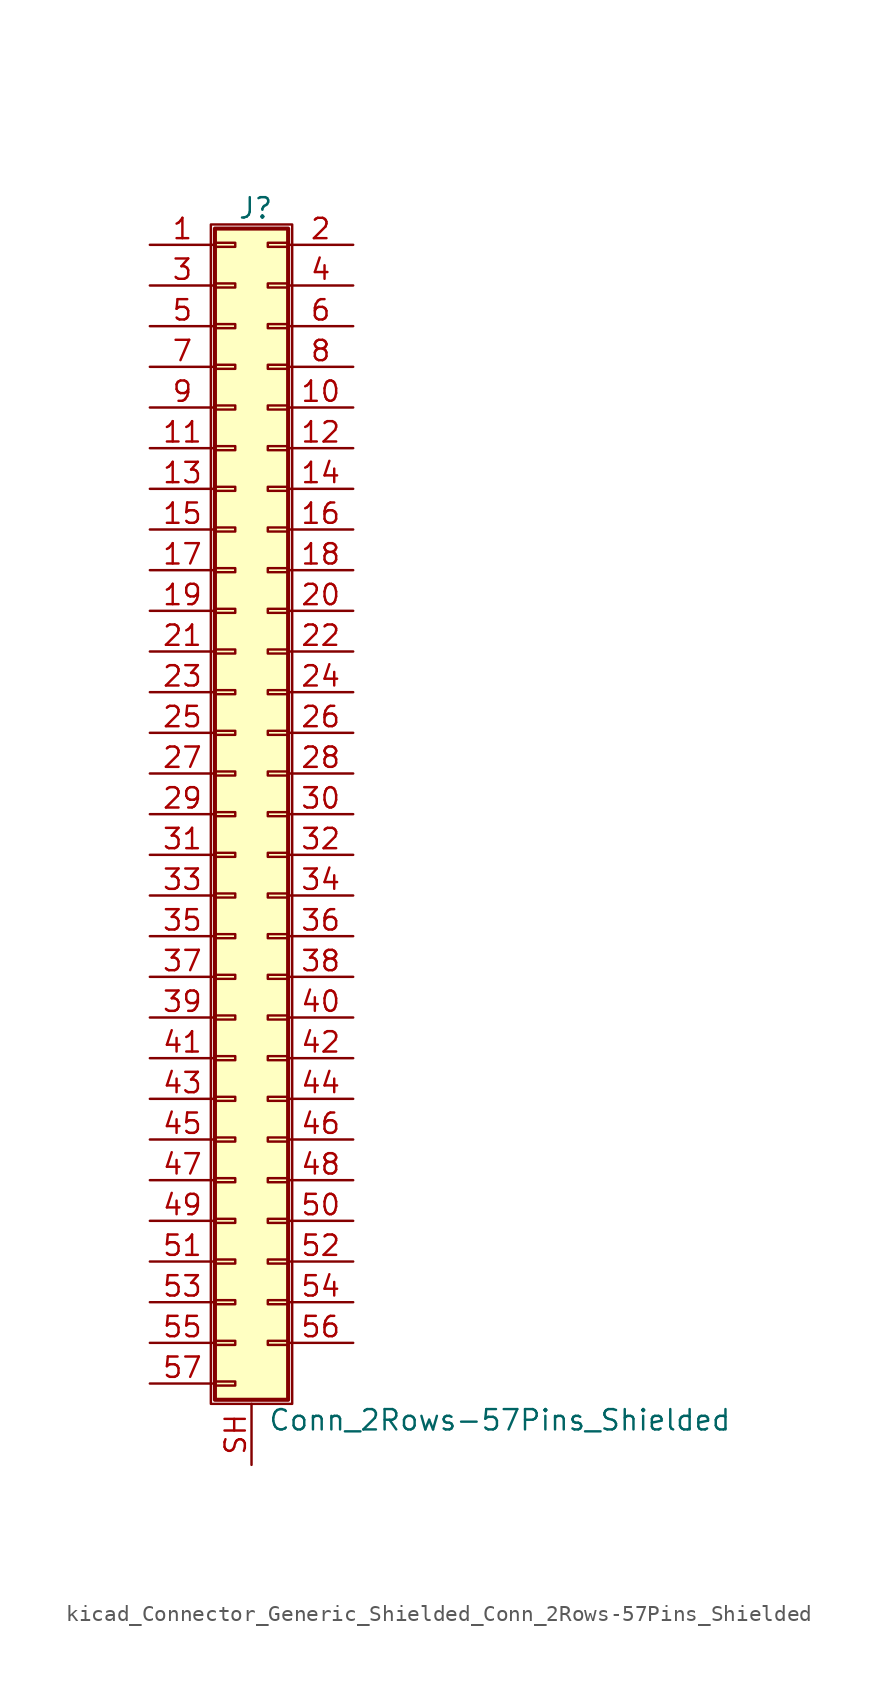
<source format=kicad_sym>
(kicad_symbol_lib
  (version 20220914)
  (generator kicad_symbol_editor)
  (symbol "kicad_Connector_Generic_Shielded_Conn_2Rows-57Pins_Shielded"
    (pin_names
      (offset 1.016) hide)
    (property "Reference" "J"
      (at 1.524 37.846 0)
      (effects (font (size 1.27 1.27))))
    (property "Value" "Conn_2Rows-57Pins_Shielded"
      (at 2.286 -37.846 0)
      (effects (font (size 1.27 1.27)) (justify left)))
    (symbol "kicad_Connector_Generic_Shielded_Conn_2Rows-57Pins_Shielded_1_1"
      (rectangle (start -1.27 36.83) (end 3.81 -36.83) (stroke (width 0.152) (type default)) (fill (type none)))
      (rectangle (start -1.016 -35.433) (end 0.254 -35.687) (stroke (width 0.152) (type default)) (fill (type none)))
      (rectangle (start -1.016 -32.893) (end 0.254 -33.147) (stroke (width 0.152) (type default)) (fill (type none)))
      (rectangle (start -1.016 -30.353) (end 0.254 -30.607) (stroke (width 0.152) (type default)) (fill (type none)))
      (rectangle (start -1.016 -27.813) (end 0.254 -28.067) (stroke (width 0.152) (type default)) (fill (type none)))
      (rectangle (start -1.016 -25.273) (end 0.254 -25.527) (stroke (width 0.152) (type default)) (fill (type none)))
      (rectangle (start -1.016 -22.733) (end 0.254 -22.987) (stroke (width 0.152) (type default)) (fill (type none)))
      (rectangle (start -1.016 -20.193) (end 0.254 -20.447) (stroke (width 0.152) (type default)) (fill (type none)))
      (rectangle (start -1.016 -17.653) (end 0.254 -17.907) (stroke (width 0.152) (type default)) (fill (type none)))
      (rectangle (start -1.016 -15.113) (end 0.254 -15.367) (stroke (width 0.152) (type default)) (fill (type none)))
      (rectangle (start -1.016 -12.573) (end 0.254 -12.827) (stroke (width 0.152) (type default)) (fill (type none)))
      (rectangle (start -1.016 -10.033) (end 0.254 -10.287) (stroke (width 0.152) (type default)) (fill (type none)))
      (rectangle (start -1.016 -7.493) (end 0.254 -7.747) (stroke (width 0.152) (type default)) (fill (type none)))
      (rectangle (start -1.016 -4.953) (end 0.254 -5.207) (stroke (width 0.152) (type default)) (fill (type none)))
      (rectangle (start -1.016 -2.413) (end 0.254 -2.667) (stroke (width 0.152) (type default)) (fill (type none)))
      (rectangle (start -1.016 0.127) (end 0.254 -0.127) (stroke (width 0.152) (type default)) (fill (type none)))
      (rectangle (start -1.016 2.667) (end 0.254 2.413) (stroke (width 0.152) (type default)) (fill (type none)))
      (rectangle (start -1.016 5.207) (end 0.254 4.953) (stroke (width 0.152) (type default)) (fill (type none)))
      (rectangle (start -1.016 7.747) (end 0.254 7.493) (stroke (width 0.152) (type default)) (fill (type none)))
      (rectangle (start -1.016 10.287) (end 0.254 10.033) (stroke (width 0.152) (type default)) (fill (type none)))
      (rectangle (start -1.016 12.827) (end 0.254 12.573) (stroke (width 0.152) (type default)) (fill (type none)))
      (rectangle (start -1.016 15.367) (end 0.254 15.113) (stroke (width 0.152) (type default)) (fill (type none)))
      (rectangle (start -1.016 17.907) (end 0.254 17.653) (stroke (width 0.152) (type default)) (fill (type none)))
      (rectangle (start -1.016 20.447) (end 0.254 20.193) (stroke (width 0.152) (type default)) (fill (type none)))
      (rectangle (start -1.016 22.987) (end 0.254 22.733) (stroke (width 0.152) (type default)) (fill (type none)))
      (rectangle (start -1.016 25.527) (end 0.254 25.273) (stroke (width 0.152) (type default)) (fill (type none)))
      (rectangle (start -1.016 28.067) (end 0.254 27.813) (stroke (width 0.152) (type default)) (fill (type none)))
      (rectangle (start -1.016 30.607) (end 0.254 30.353) (stroke (width 0.152) (type default)) (fill (type none)))
      (rectangle (start -1.016 33.147) (end 0.254 32.893) (stroke (width 0.152) (type default)) (fill (type none)))
      (rectangle (start -1.016 35.687) (end 0.254 35.433) (stroke (width 0.152) (type default)) (fill (type none)))
      (rectangle (start -1.016 36.576) (end 3.556 -36.576) (stroke (width 0.254) (type default)) (fill (type background)))
      (rectangle (start 3.556 -32.893) (end 2.286 -33.147) (stroke (width 0.152) (type default)) (fill (type none)))
      (rectangle (start 3.556 -30.353) (end 2.286 -30.607) (stroke (width 0.152) (type default)) (fill (type none)))
      (rectangle (start 3.556 -27.813) (end 2.286 -28.067) (stroke (width 0.152) (type default)) (fill (type none)))
      (rectangle (start 3.556 -25.273) (end 2.286 -25.527) (stroke (width 0.152) (type default)) (fill (type none)))
      (rectangle (start 3.556 -22.733) (end 2.286 -22.987) (stroke (width 0.152) (type default)) (fill (type none)))
      (rectangle (start 3.556 -20.193) (end 2.286 -20.447) (stroke (width 0.152) (type default)) (fill (type none)))
      (rectangle (start 3.556 -17.653) (end 2.286 -17.907) (stroke (width 0.152) (type default)) (fill (type none)))
      (rectangle (start 3.556 -15.113) (end 2.286 -15.367) (stroke (width 0.152) (type default)) (fill (type none)))
      (rectangle (start 3.556 -12.573) (end 2.286 -12.827) (stroke (width 0.152) (type default)) (fill (type none)))
      (rectangle (start 3.556 -10.033) (end 2.286 -10.287) (stroke (width 0.152) (type default)) (fill (type none)))
      (rectangle (start 3.556 -7.493) (end 2.286 -7.747) (stroke (width 0.152) (type default)) (fill (type none)))
      (rectangle (start 3.556 -4.953) (end 2.286 -5.207) (stroke (width 0.152) (type default)) (fill (type none)))
      (rectangle (start 3.556 -2.413) (end 2.286 -2.667) (stroke (width 0.152) (type default)) (fill (type none)))
      (rectangle (start 3.556 0.127) (end 2.286 -0.127) (stroke (width 0.152) (type default)) (fill (type none)))
      (rectangle (start 3.556 2.667) (end 2.286 2.413) (stroke (width 0.152) (type default)) (fill (type none)))
      (rectangle (start 3.556 5.207) (end 2.286 4.953) (stroke (width 0.152) (type default)) (fill (type none)))
      (rectangle (start 3.556 7.747) (end 2.286 7.493) (stroke (width 0.152) (type default)) (fill (type none)))
      (rectangle (start 3.556 10.287) (end 2.286 10.033) (stroke (width 0.152) (type default)) (fill (type none)))
      (rectangle (start 3.556 12.827) (end 2.286 12.573) (stroke (width 0.152) (type default)) (fill (type none)))
      (rectangle (start 3.556 15.367) (end 2.286 15.113) (stroke (width 0.152) (type default)) (fill (type none)))
      (rectangle (start 3.556 17.907) (end 2.286 17.653) (stroke (width 0.152) (type default)) (fill (type none)))
      (rectangle (start 3.556 20.447) (end 2.286 20.193) (stroke (width 0.152) (type default)) (fill (type none)))
      (rectangle (start 3.556 22.987) (end 2.286 22.733) (stroke (width 0.152) (type default)) (fill (type none)))
      (rectangle (start 3.556 25.527) (end 2.286 25.273) (stroke (width 0.152) (type default)) (fill (type none)))
      (rectangle (start 3.556 28.067) (end 2.286 27.813) (stroke (width 0.152) (type default)) (fill (type none)))
      (rectangle (start 3.556 30.607) (end 2.286 30.353) (stroke (width 0.152) (type default)) (fill (type none)))
      (rectangle (start 3.556 33.147) (end 2.286 32.893) (stroke (width 0.152) (type default)) (fill (type none)))
      (rectangle (start 3.556 35.687) (end 2.286 35.433) (stroke (width 0.152) (type default)) (fill (type none)))
      (pin passive line (at -5.08 35.56 0) (length 4.064) (name "Pin_1" (effects (font (size 1.27 1.27)))) (number "1" (effects (font (size 1.27 1.27)))))
      (pin passive line (at 7.62 25.4 180) (length 4.064) (name "Pin_10" (effects (font (size 1.27 1.27)))) (number "10" (effects (font (size 1.27 1.27)))))
      (pin passive line (at -5.08 22.86 0) (length 4.064) (name "Pin_11" (effects (font (size 1.27 1.27)))) (number "11" (effects (font (size 1.27 1.27)))))
      (pin passive line (at 7.62 22.86 180) (length 4.064) (name "Pin_12" (effects (font (size 1.27 1.27)))) (number "12" (effects (font (size 1.27 1.27)))))
      (pin passive line (at -5.08 20.32 0) (length 4.064) (name "Pin_13" (effects (font (size 1.27 1.27)))) (number "13" (effects (font (size 1.27 1.27)))))
      (pin passive line (at 7.62 20.32 180) (length 4.064) (name "Pin_14" (effects (font (size 1.27 1.27)))) (number "14" (effects (font (size 1.27 1.27)))))
      (pin passive line (at -5.08 17.78 0) (length 4.064) (name "Pin_15" (effects (font (size 1.27 1.27)))) (number "15" (effects (font (size 1.27 1.27)))))
      (pin passive line (at 7.62 17.78 180) (length 4.064) (name "Pin_16" (effects (font (size 1.27 1.27)))) (number "16" (effects (font (size 1.27 1.27)))))
      (pin passive line (at -5.08 15.24 0) (length 4.064) (name "Pin_17" (effects (font (size 1.27 1.27)))) (number "17" (effects (font (size 1.27 1.27)))))
      (pin passive line (at 7.62 15.24 180) (length 4.064) (name "Pin_18" (effects (font (size 1.27 1.27)))) (number "18" (effects (font (size 1.27 1.27)))))
      (pin passive line (at -5.08 12.7 0) (length 4.064) (name "Pin_19" (effects (font (size 1.27 1.27)))) (number "19" (effects (font (size 1.27 1.27)))))
      (pin passive line (at 7.62 35.56 180) (length 4.064) (name "Pin_2" (effects (font (size 1.27 1.27)))) (number "2" (effects (font (size 1.27 1.27)))))
      (pin passive line (at 7.62 12.7 180) (length 4.064) (name "Pin_20" (effects (font (size 1.27 1.27)))) (number "20" (effects (font (size 1.27 1.27)))))
      (pin passive line (at -5.08 10.16 0) (length 4.064) (name "Pin_21" (effects (font (size 1.27 1.27)))) (number "21" (effects (font (size 1.27 1.27)))))
      (pin passive line (at 7.62 10.16 180) (length 4.064) (name "Pin_22" (effects (font (size 1.27 1.27)))) (number "22" (effects (font (size 1.27 1.27)))))
      (pin passive line (at -5.08 7.62 0) (length 4.064) (name "Pin_23" (effects (font (size 1.27 1.27)))) (number "23" (effects (font (size 1.27 1.27)))))
      (pin passive line (at 7.62 7.62 180) (length 4.064) (name "Pin_24" (effects (font (size 1.27 1.27)))) (number "24" (effects (font (size 1.27 1.27)))))
      (pin passive line (at -5.08 5.08 0) (length 4.064) (name "Pin_25" (effects (font (size 1.27 1.27)))) (number "25" (effects (font (size 1.27 1.27)))))
      (pin passive line (at 7.62 5.08 180) (length 4.064) (name "Pin_26" (effects (font (size 1.27 1.27)))) (number "26" (effects (font (size 1.27 1.27)))))
      (pin passive line (at -5.08 2.54 0) (length 4.064) (name "Pin_27" (effects (font (size 1.27 1.27)))) (number "27" (effects (font (size 1.27 1.27)))))
      (pin passive line (at 7.62 2.54 180) (length 4.064) (name "Pin_28" (effects (font (size 1.27 1.27)))) (number "28" (effects (font (size 1.27 1.27)))))
      (pin passive line (at -5.08 0 0) (length 4.064) (name "Pin_29" (effects (font (size 1.27 1.27)))) (number "29" (effects (font (size 1.27 1.27)))))
      (pin passive line (at -5.08 33.02 0) (length 4.064) (name "Pin_3" (effects (font (size 1.27 1.27)))) (number "3" (effects (font (size 1.27 1.27)))))
      (pin passive line (at 7.62 0 180) (length 4.064) (name "Pin_30" (effects (font (size 1.27 1.27)))) (number "30" (effects (font (size 1.27 1.27)))))
      (pin passive line (at -5.08 -2.54 0) (length 4.064) (name "Pin_31" (effects (font (size 1.27 1.27)))) (number "31" (effects (font (size 1.27 1.27)))))
      (pin passive line (at 7.62 -2.54 180) (length 4.064) (name "Pin_32" (effects (font (size 1.27 1.27)))) (number "32" (effects (font (size 1.27 1.27)))))
      (pin passive line (at -5.08 -5.08 0) (length 4.064) (name "Pin_33" (effects (font (size 1.27 1.27)))) (number "33" (effects (font (size 1.27 1.27)))))
      (pin passive line (at 7.62 -5.08 180) (length 4.064) (name "Pin_34" (effects (font (size 1.27 1.27)))) (number "34" (effects (font (size 1.27 1.27)))))
      (pin passive line (at -5.08 -7.62 0) (length 4.064) (name "Pin_35" (effects (font (size 1.27 1.27)))) (number "35" (effects (font (size 1.27 1.27)))))
      (pin passive line (at 7.62 -7.62 180) (length 4.064) (name "Pin_36" (effects (font (size 1.27 1.27)))) (number "36" (effects (font (size 1.27 1.27)))))
      (pin passive line (at -5.08 -10.16 0) (length 4.064) (name "Pin_37" (effects (font (size 1.27 1.27)))) (number "37" (effects (font (size 1.27 1.27)))))
      (pin passive line (at 7.62 -10.16 180) (length 4.064) (name "Pin_38" (effects (font (size 1.27 1.27)))) (number "38" (effects (font (size 1.27 1.27)))))
      (pin passive line (at -5.08 -12.7 0) (length 4.064) (name "Pin_39" (effects (font (size 1.27 1.27)))) (number "39" (effects (font (size 1.27 1.27)))))
      (pin passive line (at 7.62 33.02 180) (length 4.064) (name "Pin_4" (effects (font (size 1.27 1.27)))) (number "4" (effects (font (size 1.27 1.27)))))
      (pin passive line (at 7.62 -12.7 180) (length 4.064) (name "Pin_40" (effects (font (size 1.27 1.27)))) (number "40" (effects (font (size 1.27 1.27)))))
      (pin passive line (at -5.08 -15.24 0) (length 4.064) (name "Pin_41" (effects (font (size 1.27 1.27)))) (number "41" (effects (font (size 1.27 1.27)))))
      (pin passive line (at 7.62 -15.24 180) (length 4.064) (name "Pin_42" (effects (font (size 1.27 1.27)))) (number "42" (effects (font (size 1.27 1.27)))))
      (pin passive line (at -5.08 -17.78 0) (length 4.064) (name "Pin_43" (effects (font (size 1.27 1.27)))) (number "43" (effects (font (size 1.27 1.27)))))
      (pin passive line (at 7.62 -17.78 180) (length 4.064) (name "Pin_44" (effects (font (size 1.27 1.27)))) (number "44" (effects (font (size 1.27 1.27)))))
      (pin passive line (at -5.08 -20.32 0) (length 4.064) (name "Pin_45" (effects (font (size 1.27 1.27)))) (number "45" (effects (font (size 1.27 1.27)))))
      (pin passive line (at 7.62 -20.32 180) (length 4.064) (name "Pin_46" (effects (font (size 1.27 1.27)))) (number "46" (effects (font (size 1.27 1.27)))))
      (pin passive line (at -5.08 -22.86 0) (length 4.064) (name "Pin_47" (effects (font (size 1.27 1.27)))) (number "47" (effects (font (size 1.27 1.27)))))
      (pin passive line (at 7.62 -22.86 180) (length 4.064) (name "Pin_48" (effects (font (size 1.27 1.27)))) (number "48" (effects (font (size 1.27 1.27)))))
      (pin passive line (at -5.08 -25.4 0) (length 4.064) (name "Pin_49" (effects (font (size 1.27 1.27)))) (number "49" (effects (font (size 1.27 1.27)))))
      (pin passive line (at -5.08 30.48 0) (length 4.064) (name "Pin_5" (effects (font (size 1.27 1.27)))) (number "5" (effects (font (size 1.27 1.27)))))
      (pin passive line (at 7.62 -25.4 180) (length 4.064) (name "Pin_50" (effects (font (size 1.27 1.27)))) (number "50" (effects (font (size 1.27 1.27)))))
      (pin passive line (at -5.08 -27.94 0) (length 4.064) (name "Pin_51" (effects (font (size 1.27 1.27)))) (number "51" (effects (font (size 1.27 1.27)))))
      (pin passive line (at 7.62 -27.94 180) (length 4.064) (name "Pin_52" (effects (font (size 1.27 1.27)))) (number "52" (effects (font (size 1.27 1.27)))))
      (pin passive line (at -5.08 -30.48 0) (length 4.064) (name "Pin_53" (effects (font (size 1.27 1.27)))) (number "53" (effects (font (size 1.27 1.27)))))
      (pin passive line (at 7.62 -30.48 180) (length 4.064) (name "Pin_54" (effects (font (size 1.27 1.27)))) (number "54" (effects (font (size 1.27 1.27)))))
      (pin passive line (at -5.08 -33.02 0) (length 4.064) (name "Pin_55" (effects (font (size 1.27 1.27)))) (number "55" (effects (font (size 1.27 1.27)))))
      (pin passive line (at 7.62 -33.02 180) (length 4.064) (name "Pin_56" (effects (font (size 1.27 1.27)))) (number "56" (effects (font (size 1.27 1.27)))))
      (pin passive line (at -5.08 -35.56 0) (length 4.064) (name "Pin_57" (effects (font (size 1.27 1.27)))) (number "57" (effects (font (size 1.27 1.27)))))
      (pin passive line (at 7.62 30.48 180) (length 4.064) (name "Pin_6" (effects (font (size 1.27 1.27)))) (number "6" (effects (font (size 1.27 1.27)))))
      (pin passive line (at -5.08 27.94 0) (length 4.064) (name "Pin_7" (effects (font (size 1.27 1.27)))) (number "7" (effects (font (size 1.27 1.27)))))
      (pin passive line (at 7.62 27.94 180) (length 4.064) (name "Pin_8" (effects (font (size 1.27 1.27)))) (number "8" (effects (font (size 1.27 1.27)))))
      (pin passive line (at -5.08 25.4 0) (length 4.064) (name "Pin_9" (effects (font (size 1.27 1.27)))) (number "9" (effects (font (size 1.27 1.27)))))
      (pin passive line (at 1.27 -40.64 90) (length 3.81) (name "Shield" (effects (font (size 1.27 1.27)))) (number "SH" (effects (font (size 1.27 1.27))))))))
</source>
